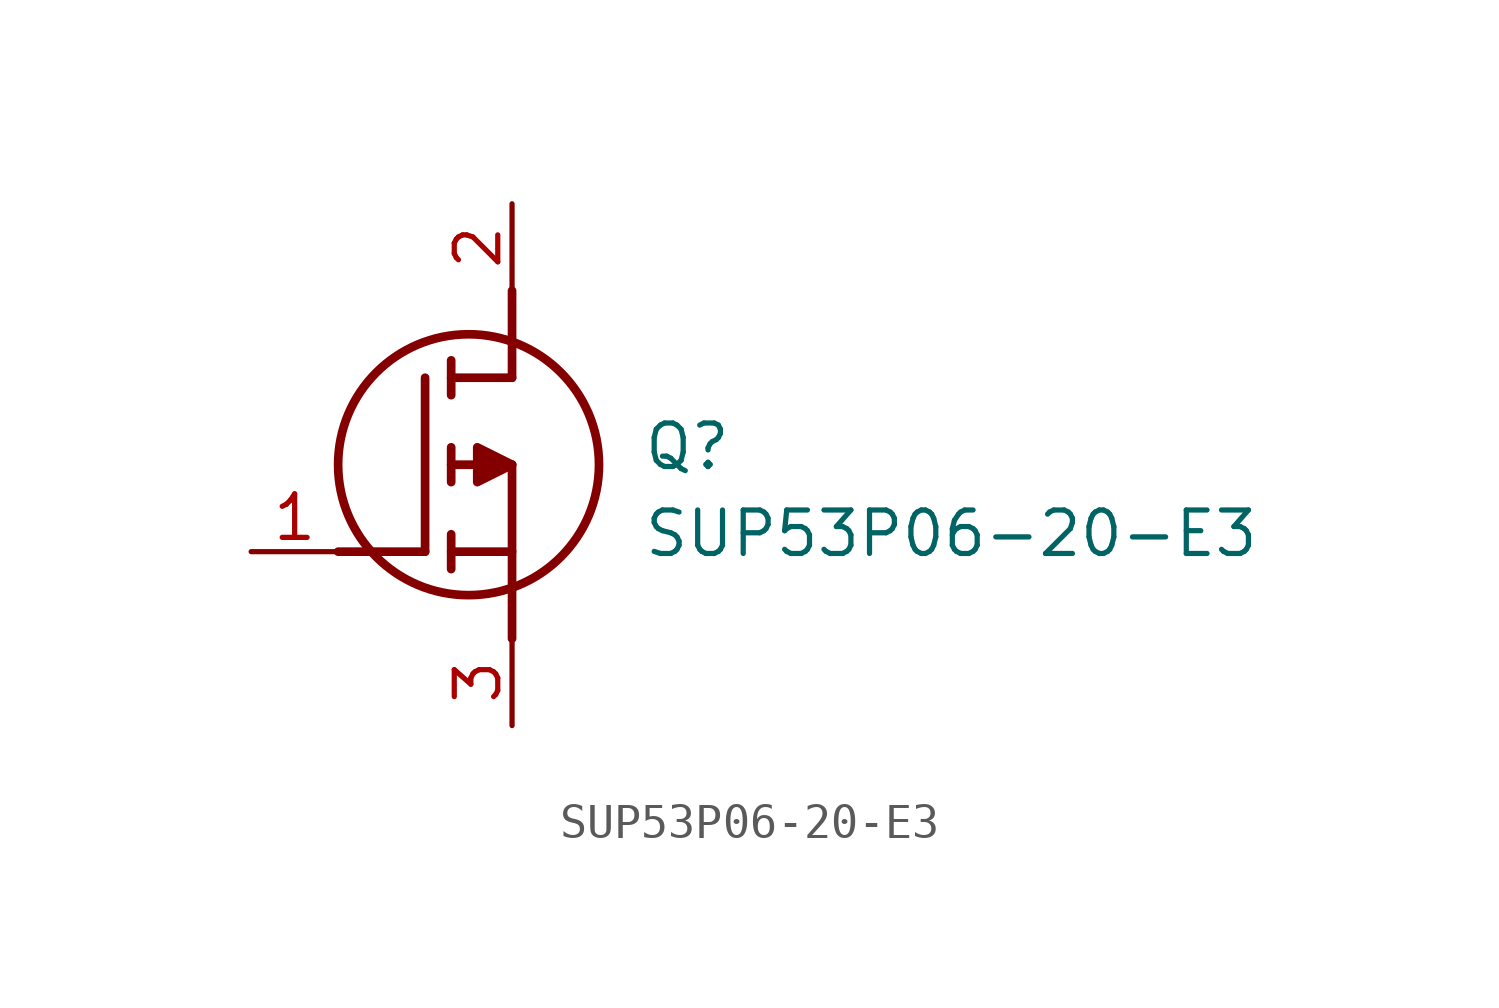
<source format=kicad_sym>
(kicad_symbol_lib
  (version 20211014)
  (generator SamacSys_ECAD_Model)
  (symbol "SUP53P06-20-E3"
    (pin_names hide)
    (property "Reference" "Q"
      (at 11.43 3.81 0)
      (effects (font (size 1.27 1.27)) (justify left top)))
    (property "Value" "SUP53P06-20-E3"
      (at 11.43 1.27 0)
      (effects (font (size 1.27 1.27)) (justify left top)))
    (polyline
      (pts (xy 7.62 2.54) (xy 7.62 -2.54))
      (stroke (width 0.254) (type default))
      (fill (type none)))
    (polyline
      (pts (xy 7.62 5.08) (xy 7.62 7.62))
      (stroke (width 0.254) (type default))
      (fill (type none)))
    (polyline
      (pts (xy 2.54 0) (xy 5.08 0))
      (stroke (width 0.254) (type default))
      (fill (type none)))
    (polyline
      (pts (xy 5.08 5.08) (xy 5.08 0))
      (stroke (width 0.254) (type default))
      (fill (type none)))
    (polyline
      (pts (xy 7.62 2.54) (xy 5.842 2.54))
      (stroke (width 0.254) (type default))
      (fill (type none)))
    (polyline
      (pts (xy 7.62 5.08) (xy 5.842 5.08))
      (stroke (width 0.254) (type default))
      (fill (type none)))
    (polyline
      (pts (xy 5.842 0) (xy 7.62 0))
      (stroke (width 0.254) (type default))
      (fill (type none)))
    (polyline
      (pts (xy 5.842 5.588) (xy 5.842 4.572))
      (stroke (width 0.254) (type default))
      (fill (type none)))
    (polyline
      (pts (xy 5.842 -0.508) (xy 5.842 0.508))
      (stroke (width 0.254) (type default))
      (fill (type none)))
    (polyline
      (pts (xy 5.842 2.032) (xy 5.842 3.048))
      (stroke (width 0.254) (type default))
      (fill (type none)))
    (circle
      (center 6.35 2.54)
      (radius 3.81)
      (stroke (width 0.254) (type default))
      (fill (type none)))
    (polyline
      (pts (xy 7.62 2.54) (xy 6.604 3.048) (xy 6.604 2.032) (xy 7.62 2.54))
      (stroke (width 0.254) (type default))
      (fill (type outline)))
    (pin passive line
      (at 0 0 0)
      (length 2.54)
      (name "G" (effects (font (size 1.27 1.27))))
      (number "1" (effects (font (size 1.27 1.27)))))
    (pin passive line
      (at 7.62 10.16 270)
      (length 2.54)
      (name "D" (effects (font (size 1.27 1.27))))
      (number "2" (effects (font (size 1.27 1.27)))))
    (pin passive line
      (at 7.62 -5.08 90)
      (length 2.54)
      (name "S" (effects (font (size 1.27 1.27))))
      (number "3" (effects (font (size 1.27 1.27)))))))
</source>
